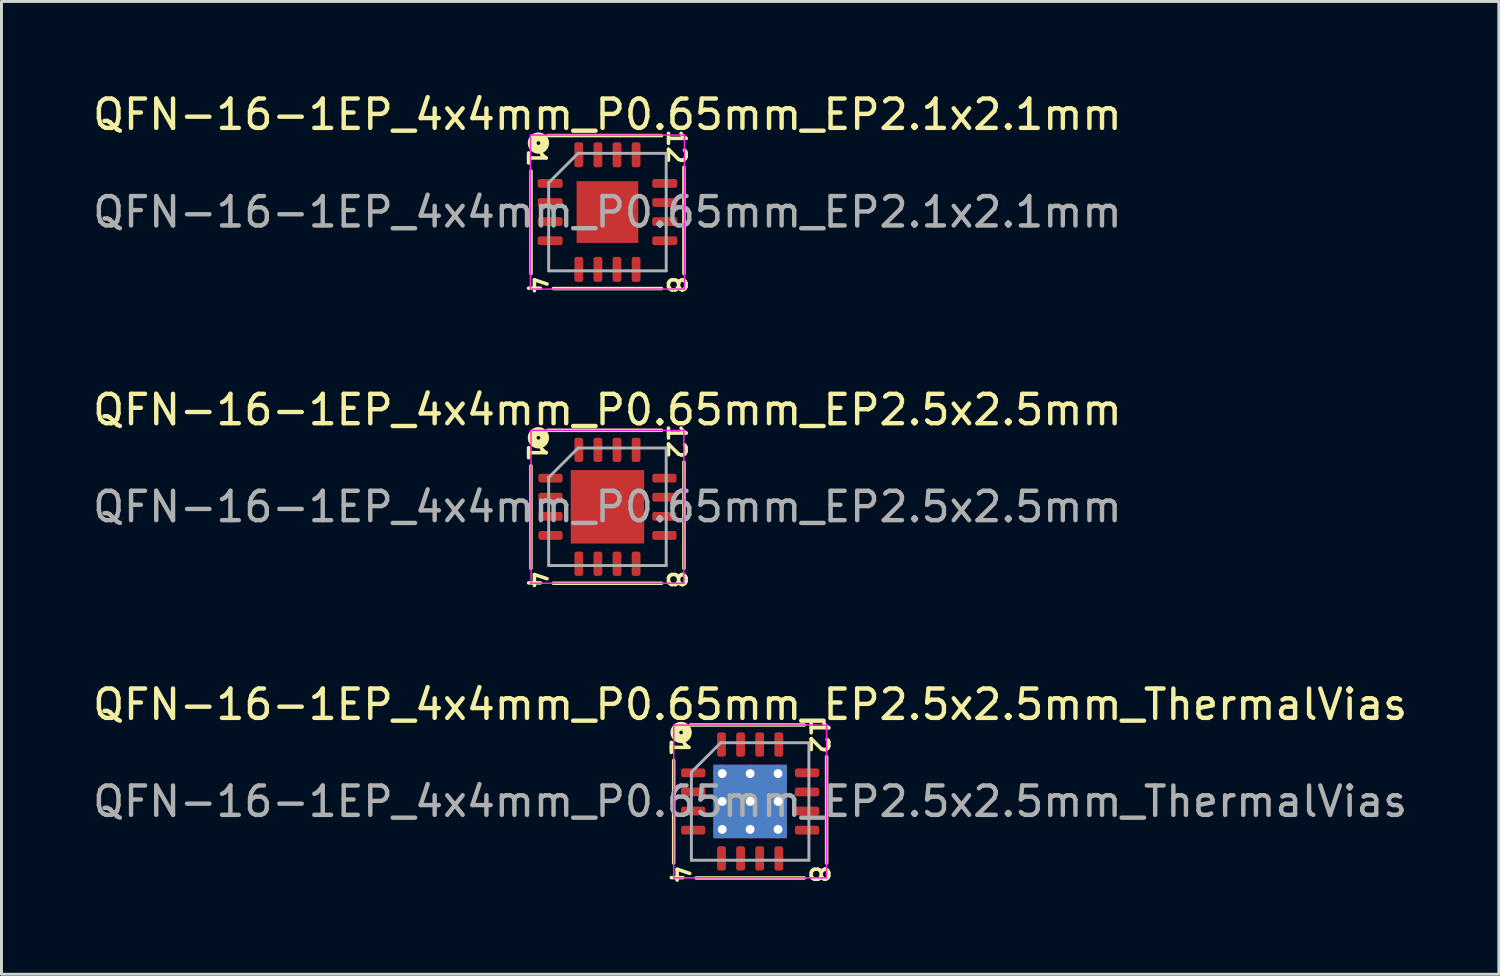
<source format=kicad_pcb>
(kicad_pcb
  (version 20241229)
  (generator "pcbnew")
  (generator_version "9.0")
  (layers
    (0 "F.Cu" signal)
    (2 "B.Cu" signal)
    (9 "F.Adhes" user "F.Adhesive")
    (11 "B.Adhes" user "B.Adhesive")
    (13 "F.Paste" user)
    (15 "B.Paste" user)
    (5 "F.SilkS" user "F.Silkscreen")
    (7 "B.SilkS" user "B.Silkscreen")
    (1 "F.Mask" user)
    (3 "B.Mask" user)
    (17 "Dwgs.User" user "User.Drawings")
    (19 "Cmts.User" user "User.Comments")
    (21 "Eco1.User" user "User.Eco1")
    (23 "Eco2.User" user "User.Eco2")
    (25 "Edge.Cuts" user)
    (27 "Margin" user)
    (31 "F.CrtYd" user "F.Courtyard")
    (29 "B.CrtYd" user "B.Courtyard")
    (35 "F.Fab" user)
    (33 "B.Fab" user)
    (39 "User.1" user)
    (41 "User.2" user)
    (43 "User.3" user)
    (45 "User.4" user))
  (footprint "QFN-16-1EP_4x4mm_P0.65mm_EP2.5x2.5mm_ThermalVias"
    (layer "F.Cu")
    (at 22.482 24.229)
    (property "Reference" "QFN-16-1EP_4x4mm_P0.65mm_EP2.5x2.5mm_ThermalVias" (at 0 -3.3 0) (layer "F.SilkS") (effects (font (size 1 1) (thickness 0.15))))
    (attr smd)
    (fp_line (start -2.603 -1.397) (end -2.603 2.095) (stroke (width 0.12) (type solid)) (layer "F.SilkS"))
    (fp_line (start -1.841 2.603) (end 1.841 2.603) (stroke (width 0.12) (type solid)) (layer "F.SilkS"))
    (fp_line (start 1.841 -2.603) (end -2.032 -2.603) (stroke (width 0.12) (type solid)) (layer "F.SilkS"))
    (fp_line (start 2.603 2.095) (end 2.603 -1.524) (stroke (width 0.12) (type solid)) (layer "F.SilkS"))
    (fp_circle (center -2.349 -2.349) (end -2.286 -2.349) (stroke (width 0.3) (type solid)) (fill no) (layer "F.SilkS"))
    (fp_line (start -2.6 -2.6) (end -2.6 2.6) (stroke (width 0.05) (type solid)) (layer "F.CrtYd"))
    (fp_line (start -2.6 2.6) (end 2.6 2.6) (stroke (width 0.05) (type solid)) (layer "F.CrtYd"))
    (fp_line (start 2.6 -2.6) (end -2.6 -2.6) (stroke (width 0.05) (type solid)) (layer "F.CrtYd"))
    (fp_line (start 2.6 2.6) (end 2.6 -2.6) (stroke (width 0.05) (type solid)) (layer "F.CrtYd"))
    (fp_line (start -2 -1) (end -1 -2) (stroke (width 0.1) (type solid)) (layer "F.Fab"))
    (fp_line (start -2 2) (end -2 -1) (stroke (width 0.1) (type solid)) (layer "F.Fab"))
    (fp_line (start -1 -2) (end 2 -2) (stroke (width 0.1) (type solid)) (layer "F.Fab"))
    (fp_line (start 2 -2) (end 2 2) (stroke (width 0.1) (type solid)) (layer "F.Fab"))
    (fp_line (start 2 2) (end -2 2) (stroke (width 0.1) (type solid)) (layer "F.Fab"))
    (fp_text user "8" (at 2.349 2.477 270) (unlocked yes) (layer "F.SilkS") (effects (font (size 0.6 0.6) (thickness 0.12))))
    (fp_text user "4" (at -2.413 2.477 270) (unlocked yes) (layer "F.SilkS") (effects (font (size 0.6 0.6) (thickness 0.12))))
    (fp_text user "12" (at 2.349 -2.223 270) (unlocked yes) (layer "F.SilkS") (effects (font (size 0.6 0.6) (thickness 0.12))))
    (fp_text user "1" (at -2.413 -1.841 270) (unlocked yes) (layer "F.SilkS") (effects (font (size 0.6 0.6) (thickness 0.12))))
    (fp_text user "${REFERENCE}" (at 0 0 0) (layer "F.Fab") (effects (font (size 1 1) (thickness 0.15))))
    (pad "" smd roundrect (at -0.625 -0.625) (size 1.08 1.08) (layers "F.Paste") (roundrect_rratio 0.231))
    (pad "" smd roundrect (at -0.625 0.625) (size 1.08 1.08) (layers "F.Paste") (roundrect_rratio 0.231))
    (pad "" smd roundrect (at 0.625 -0.625) (size 1.08 1.08) (layers "F.Paste") (roundrect_rratio 0.231))
    (pad "" smd roundrect (at 0.625 0.625) (size 1.08 1.08) (layers "F.Paste") (roundrect_rratio 0.231))
    (pad "1" smd roundrect (at -1.938 -0.975) (size 0.825 0.3) (layers "F.Cu" "F.Mask" "F.Paste") (roundrect_rratio 0.25))
    (pad "2" smd roundrect (at -1.938 -0.325) (size 0.825 0.3) (layers "F.Cu" "F.Mask" "F.Paste") (roundrect_rratio 0.25))
    (pad "3" smd roundrect (at -1.938 0.325) (size 0.825 0.3) (layers "F.Cu" "F.Mask" "F.Paste") (roundrect_rratio 0.25))
    (pad "4" smd roundrect (at -1.938 0.975) (size 0.825 0.3) (layers "F.Cu" "F.Mask" "F.Paste") (roundrect_rratio 0.25))
    (pad "5" smd roundrect (at -0.975 1.938) (size 0.3 0.825) (layers "F.Cu" "F.Mask" "F.Paste") (roundrect_rratio 0.25))
    (pad "6" smd roundrect (at -0.325 1.938) (size 0.3 0.825) (layers "F.Cu" "F.Mask" "F.Paste") (roundrect_rratio 0.25))
    (pad "7" smd roundrect (at 0.325 1.938) (size 0.3 0.825) (layers "F.Cu" "F.Mask" "F.Paste") (roundrect_rratio 0.25))
    (pad "8" smd roundrect (at 0.975 1.938) (size 0.3 0.825) (layers "F.Cu" "F.Mask" "F.Paste") (roundrect_rratio 0.25))
    (pad "9" smd roundrect (at 1.938 0.975) (size 0.825 0.3) (layers "F.Cu" "F.Mask" "F.Paste") (roundrect_rratio 0.25))
    (pad "10" smd roundrect (at 1.938 0.325) (size 0.825 0.3) (layers "F.Cu" "F.Mask" "F.Paste") (roundrect_rratio 0.25))
    (pad "11" smd roundrect (at 1.938 -0.325) (size 0.825 0.3) (layers "F.Cu" "F.Mask" "F.Paste") (roundrect_rratio 0.25))
    (pad "12" smd roundrect (at 1.938 -0.975) (size 0.825 0.3) (layers "F.Cu" "F.Mask" "F.Paste") (roundrect_rratio 0.25))
    (pad "13" smd roundrect (at 0.975 -1.938) (size 0.3 0.825) (layers "F.Cu" "F.Mask" "F.Paste") (roundrect_rratio 0.25))
    (pad "14" smd roundrect (at 0.325 -1.938) (size 0.3 0.825) (layers "F.Cu" "F.Mask" "F.Paste") (roundrect_rratio 0.25))
    (pad "15" smd roundrect (at -0.325 -1.938) (size 0.3 0.825) (layers "F.Cu" "F.Mask" "F.Paste") (roundrect_rratio 0.25))
    (pad "16" smd roundrect (at -0.975 -1.938) (size 0.3 0.825) (layers "F.Cu" "F.Mask" "F.Paste") (roundrect_rratio 0.25))
    (pad "17" thru_hole circle (at -0.95 -0.95) (size 0.6 0.6) (drill 0.3) (layers "*.Cu"))
    (pad "17" thru_hole circle (at -0.95 0) (size 0.6 0.6) (drill 0.3) (layers "*.Cu"))
    (pad "17" thru_hole circle (at -0.95 0.95) (size 0.6 0.6) (drill 0.3) (layers "*.Cu"))
    (pad "17" thru_hole circle (at 0 -0.95) (size 0.6 0.6) (drill 0.3) (layers "*.Cu"))
    (pad "17" thru_hole circle (at 0 0) (size 0.6 0.6) (drill 0.3) (layers "*.Cu"))
    (pad "17" smd rect (at 0 0) (size 2.5 2.5) (layers "F.Cu" "F.Mask"))
    (pad "17" smd rect (at 0 0) (size 2.5 2.5) (layers "B.Cu" "B.Mask"))
    (pad "17" thru_hole circle (at 0 0.95) (size 0.6 0.6) (drill 0.3) (layers "*.Cu"))
    (pad "17" thru_hole circle (at 0.95 -0.95) (size 0.6 0.6) (drill 0.3) (layers "*.Cu"))
    (pad "17" thru_hole circle (at 0.95 0) (size 0.6 0.6) (drill 0.3) (layers "*.Cu"))
    (pad "17" thru_hole circle (at 0.95 0.95) (size 0.6 0.6) (drill 0.3) (layers "*.Cu")))
  (footprint "QFN-16-1EP_4x4mm_P0.65mm_EP2.5x2.5mm"
    (layer "F.Cu")
    (at 17.625 14.199)
    (property "Reference" "QFN-16-1EP_4x4mm_P0.65mm_EP2.5x2.5mm" (at 0 -3.3 0) (layer "F.SilkS") (effects (font (size 1 1) (thickness 0.15))))
    (attr smd)
    (fp_line (start -2.603 -1.397) (end -2.603 2.095) (stroke (width 0.12) (type solid)) (layer "F.SilkS"))
    (fp_line (start -1.841 2.603) (end 1.841 2.603) (stroke (width 0.12) (type solid)) (layer "F.SilkS"))
    (fp_line (start 1.841 -2.603) (end -2.032 -2.603) (stroke (width 0.12) (type solid)) (layer "F.SilkS"))
    (fp_line (start 2.603 2.095) (end 2.603 -1.524) (stroke (width 0.12) (type solid)) (layer "F.SilkS"))
    (fp_circle (center -2.349 -2.349) (end -2.286 -2.349) (stroke (width 0.3) (type solid)) (fill no) (layer "F.SilkS"))
    (fp_line (start -2.6 -2.6) (end -2.6 2.6) (stroke (width 0.05) (type solid)) (layer "F.CrtYd"))
    (fp_line (start -2.6 2.6) (end 2.6 2.6) (stroke (width 0.05) (type solid)) (layer "F.CrtYd"))
    (fp_line (start 2.6 -2.6) (end -2.6 -2.6) (stroke (width 0.05) (type solid)) (layer "F.CrtYd"))
    (fp_line (start 2.6 2.6) (end 2.6 -2.6) (stroke (width 0.05) (type solid)) (layer "F.CrtYd"))
    (fp_line (start -2 -1) (end -1 -2) (stroke (width 0.1) (type solid)) (layer "F.Fab"))
    (fp_line (start -2 2) (end -2 -1) (stroke (width 0.1) (type solid)) (layer "F.Fab"))
    (fp_line (start -1 -2) (end 2 -2) (stroke (width 0.1) (type solid)) (layer "F.Fab"))
    (fp_line (start 2 -2) (end 2 2) (stroke (width 0.1) (type solid)) (layer "F.Fab"))
    (fp_line (start 2 2) (end -2 2) (stroke (width 0.1) (type solid)) (layer "F.Fab"))
    (fp_text user "8" (at 2.349 2.477 270) (unlocked yes) (layer "F.SilkS") (effects (font (size 0.6 0.6) (thickness 0.12))))
    (fp_text user "4" (at -2.413 2.477 270) (unlocked yes) (layer "F.SilkS") (effects (font (size 0.6 0.6) (thickness 0.12))))
    (fp_text user "1" (at -2.413 -1.841 270) (unlocked yes) (layer "F.SilkS") (effects (font (size 0.6 0.6) (thickness 0.12))))
    (fp_text user "12" (at 2.349 -2.223 270) (unlocked yes) (layer "F.SilkS") (effects (font (size 0.6 0.6) (thickness 0.12))))
    (fp_text user "${REFERENCE}" (at 0 0 0) (layer "F.Fab") (effects (font (size 1 1) (thickness 0.15))))
    (pad "" smd roundrect (at -0.625 -0.625) (size 1.01 1.01) (layers "F.Paste") (roundrect_rratio 0.248))
    (pad "" smd roundrect (at -0.625 0.625) (size 1.01 1.01) (layers "F.Paste") (roundrect_rratio 0.248))
    (pad "" smd roundrect (at 0.625 -0.625) (size 1.01 1.01) (layers "F.Paste") (roundrect_rratio 0.248))
    (pad "" smd roundrect (at 0.625 0.625) (size 1.01 1.01) (layers "F.Paste") (roundrect_rratio 0.248))
    (pad "1" smd roundrect (at -1.938 -0.975) (size 0.825 0.3) (layers "F.Cu" "F.Mask" "F.Paste") (roundrect_rratio 0.25))
    (pad "2" smd roundrect (at -1.938 -0.325) (size 0.825 0.3) (layers "F.Cu" "F.Mask" "F.Paste") (roundrect_rratio 0.25))
    (pad "3" smd roundrect (at -1.938 0.325) (size 0.825 0.3) (layers "F.Cu" "F.Mask" "F.Paste") (roundrect_rratio 0.25))
    (pad "4" smd roundrect (at -1.938 0.975) (size 0.825 0.3) (layers "F.Cu" "F.Mask" "F.Paste") (roundrect_rratio 0.25))
    (pad "5" smd roundrect (at -0.975 1.938) (size 0.3 0.825) (layers "F.Cu" "F.Mask" "F.Paste") (roundrect_rratio 0.25))
    (pad "6" smd roundrect (at -0.325 1.938) (size 0.3 0.825) (layers "F.Cu" "F.Mask" "F.Paste") (roundrect_rratio 0.25))
    (pad "7" smd roundrect (at 0.325 1.938) (size 0.3 0.825) (layers "F.Cu" "F.Mask" "F.Paste") (roundrect_rratio 0.25))
    (pad "8" smd roundrect (at 0.975 1.938) (size 0.3 0.825) (layers "F.Cu" "F.Mask" "F.Paste") (roundrect_rratio 0.25))
    (pad "9" smd roundrect (at 1.938 0.975) (size 0.825 0.3) (layers "F.Cu" "F.Mask" "F.Paste") (roundrect_rratio 0.25))
    (pad "10" smd roundrect (at 1.938 0.325) (size 0.825 0.3) (layers "F.Cu" "F.Mask" "F.Paste") (roundrect_rratio 0.25))
    (pad "11" smd roundrect (at 1.938 -0.325) (size 0.825 0.3) (layers "F.Cu" "F.Mask" "F.Paste") (roundrect_rratio 0.25))
    (pad "12" smd roundrect (at 1.938 -0.975) (size 0.825 0.3) (layers "F.Cu" "F.Mask" "F.Paste") (roundrect_rratio 0.25))
    (pad "13" smd roundrect (at 0.975 -1.938) (size 0.3 0.825) (layers "F.Cu" "F.Mask" "F.Paste") (roundrect_rratio 0.25))
    (pad "14" smd roundrect (at 0.325 -1.938) (size 0.3 0.825) (layers "F.Cu" "F.Mask" "F.Paste") (roundrect_rratio 0.25))
    (pad "15" smd roundrect (at -0.325 -1.938) (size 0.3 0.825) (layers "F.Cu" "F.Mask" "F.Paste") (roundrect_rratio 0.25))
    (pad "16" smd roundrect (at -0.975 -1.938) (size 0.3 0.825) (layers "F.Cu" "F.Mask" "F.Paste") (roundrect_rratio 0.25))
    (pad "17" smd rect (at 0 0) (size 2.5 2.5) (layers "F.Cu" "F.Mask")))
  (footprint "QFN-16-1EP_4x4mm_P0.65mm_EP2.1x2.1mm"
    (layer "F.Cu")
    (at 17.625 4.168)
    (property "Reference" "QFN-16-1EP_4x4mm_P0.65mm_EP2.1x2.1mm" (at 0 -3.32 0) (layer "F.SilkS") (effects (font (size 1 1) (thickness 0.15))))
    (attr smd)
    (fp_line (start -2.603 -1.397) (end -2.603 2.095) (stroke (width 0.12) (type solid)) (layer "F.SilkS"))
    (fp_line (start -1.841 2.603) (end 1.841 2.603) (stroke (width 0.12) (type solid)) (layer "F.SilkS"))
    (fp_line (start 1.841 -2.603) (end -2.032 -2.603) (stroke (width 0.12) (type solid)) (layer "F.SilkS"))
    (fp_line (start 2.603 2.095) (end 2.603 -1.524) (stroke (width 0.12) (type solid)) (layer "F.SilkS"))
    (fp_circle (center -2.349 -2.349) (end -2.286 -2.349) (stroke (width 0.3) (type solid)) (fill no) (layer "F.SilkS"))
    (fp_line (start -2.62 -2.62) (end -2.62 2.62) (stroke (width 0.05) (type solid)) (layer "F.CrtYd"))
    (fp_line (start -2.62 2.62) (end 2.62 2.62) (stroke (width 0.05) (type solid)) (layer "F.CrtYd"))
    (fp_line (start 2.62 -2.62) (end -2.62 -2.62) (stroke (width 0.05) (type solid)) (layer "F.CrtYd"))
    (fp_line (start 2.62 2.62) (end 2.62 -2.62) (stroke (width 0.05) (type solid)) (layer "F.CrtYd"))
    (fp_line (start -2 -1) (end -1 -2) (stroke (width 0.1) (type solid)) (layer "F.Fab"))
    (fp_line (start -2 2) (end -2 -1) (stroke (width 0.1) (type solid)) (layer "F.Fab"))
    (fp_line (start -1 -2) (end 2 -2) (stroke (width 0.1) (type solid)) (layer "F.Fab"))
    (fp_line (start 2 -2) (end 2 2) (stroke (width 0.1) (type solid)) (layer "F.Fab"))
    (fp_line (start 2 2) (end -2 2) (stroke (width 0.1) (type solid)) (layer "F.Fab"))
    (fp_text user "12" (at 2.349 -2.223 270) (unlocked yes) (layer "F.SilkS") (effects (font (size 0.6 0.6) (thickness 0.12))))
    (fp_text user "1" (at -2.413 -1.841 270) (unlocked yes) (layer "F.SilkS") (effects (font (size 0.6 0.6) (thickness 0.12))))
    (fp_text user "4" (at -2.413 2.477 270) (unlocked yes) (layer "F.SilkS") (effects (font (size 0.6 0.6) (thickness 0.12))))
    (fp_text user "8" (at 2.349 2.477 270) (unlocked yes) (layer "F.SilkS") (effects (font (size 0.6 0.6) (thickness 0.12))))
    (fp_text user "${REFERENCE}" (at 0 0 0) (layer "F.Fab") (effects (font (size 1 1) (thickness 0.15))))
    (pad "" smd roundrect (at -0.525 -0.525) (size 0.85 0.85) (layers "F.Paste") (roundrect_rratio 0.25))
    (pad "" smd roundrect (at -0.525 0.525) (size 0.85 0.85) (layers "F.Paste") (roundrect_rratio 0.25))
    (pad "" smd roundrect (at 0.525 -0.525) (size 0.85 0.85) (layers "F.Paste") (roundrect_rratio 0.25))
    (pad "" smd roundrect (at 0.525 0.525) (size 0.85 0.85) (layers "F.Paste") (roundrect_rratio 0.25))
    (pad "1" smd roundrect (at -1.95 -0.975) (size 0.85 0.3) (layers "F.Cu" "F.Mask" "F.Paste") (roundrect_rratio 0.25))
    (pad "2" smd roundrect (at -1.95 -0.325) (size 0.85 0.3) (layers "F.Cu" "F.Mask" "F.Paste") (roundrect_rratio 0.25))
    (pad "3" smd roundrect (at -1.95 0.325) (size 0.85 0.3) (layers "F.Cu" "F.Mask" "F.Paste") (roundrect_rratio 0.25))
    (pad "4" smd roundrect (at -1.95 0.975) (size 0.85 0.3) (layers "F.Cu" "F.Mask" "F.Paste") (roundrect_rratio 0.25))
    (pad "5" smd roundrect (at -0.975 1.95) (size 0.3 0.85) (layers "F.Cu" "F.Mask" "F.Paste") (roundrect_rratio 0.25))
    (pad "6" smd roundrect (at -0.325 1.95) (size 0.3 0.85) (layers "F.Cu" "F.Mask" "F.Paste") (roundrect_rratio 0.25))
    (pad "7" smd roundrect (at 0.325 1.95) (size 0.3 0.85) (layers "F.Cu" "F.Mask" "F.Paste") (roundrect_rratio 0.25))
    (pad "8" smd roundrect (at 0.975 1.95) (size 0.3 0.85) (layers "F.Cu" "F.Mask" "F.Paste") (roundrect_rratio 0.25))
    (pad "9" smd roundrect (at 1.95 0.975) (size 0.85 0.3) (layers "F.Cu" "F.Mask" "F.Paste") (roundrect_rratio 0.25))
    (pad "10" smd roundrect (at 1.95 0.325) (size 0.85 0.3) (layers "F.Cu" "F.Mask" "F.Paste") (roundrect_rratio 0.25))
    (pad "11" smd roundrect (at 1.95 -0.325) (size 0.85 0.3) (layers "F.Cu" "F.Mask" "F.Paste") (roundrect_rratio 0.25))
    (pad "12" smd roundrect (at 1.95 -0.975) (size 0.85 0.3) (layers "F.Cu" "F.Mask" "F.Paste") (roundrect_rratio 0.25))
    (pad "13" smd roundrect (at 0.975 -1.95) (size 0.3 0.85) (layers "F.Cu" "F.Mask" "F.Paste") (roundrect_rratio 0.25))
    (pad "14" smd roundrect (at 0.325 -1.95) (size 0.3 0.85) (layers "F.Cu" "F.Mask" "F.Paste") (roundrect_rratio 0.25))
    (pad "15" smd roundrect (at -0.325 -1.95) (size 0.3 0.85) (layers "F.Cu" "F.Mask" "F.Paste") (roundrect_rratio 0.25))
    (pad "16" smd roundrect (at -0.975 -1.95) (size 0.3 0.85) (layers "F.Cu" "F.Mask" "F.Paste") (roundrect_rratio 0.25))
    (pad "17" smd rect (at 0 0) (size 2.1 2.1) (layers "F.Cu" "F.Mask")))
  (gr_rect
    (start -3 -3)
    (end 47.964 30.111)
    (stroke (width 0.1) (type default))
    (fill no)
    (layer "Edge.Cuts")))
</source>
